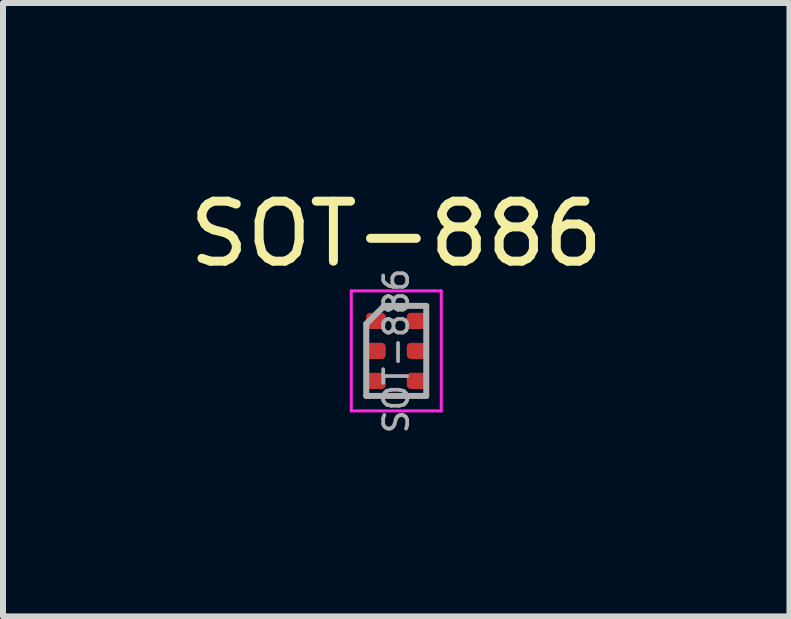
<source format=kicad_pcb>
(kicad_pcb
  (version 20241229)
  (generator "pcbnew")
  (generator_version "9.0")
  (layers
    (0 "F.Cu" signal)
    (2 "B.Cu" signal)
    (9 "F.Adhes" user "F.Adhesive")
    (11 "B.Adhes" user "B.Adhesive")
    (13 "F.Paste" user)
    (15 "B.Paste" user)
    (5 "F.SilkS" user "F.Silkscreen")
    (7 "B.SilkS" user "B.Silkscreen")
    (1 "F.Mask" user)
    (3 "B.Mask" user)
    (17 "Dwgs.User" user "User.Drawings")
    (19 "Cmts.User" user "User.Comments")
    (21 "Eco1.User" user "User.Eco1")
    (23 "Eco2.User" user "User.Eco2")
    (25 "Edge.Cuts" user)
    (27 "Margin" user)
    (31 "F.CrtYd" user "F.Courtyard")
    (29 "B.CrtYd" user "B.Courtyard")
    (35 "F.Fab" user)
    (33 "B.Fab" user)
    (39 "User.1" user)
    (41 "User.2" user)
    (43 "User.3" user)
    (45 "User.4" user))
  (footprint "SOT-886"
    (layer "F.Cu")
    (at 3.554 2.798)
    (property "Reference" "SOT-886" (at 0 -1.95 180) (layer "F.SilkS") (effects (font (size 1 1) (thickness 0.15))))
    (attr smd)
    (fp_line (start -0.75 -1) (end -0.75 1) (stroke (width 0.05) (type solid)) (layer "F.CrtYd"))
    (fp_line (start -0.75 -1) (end 0.75 -1) (stroke (width 0.05) (type solid)) (layer "F.CrtYd"))
    (fp_line (start 0.75 1) (end -0.75 1) (stroke (width 0.05) (type solid)) (layer "F.CrtYd"))
    (fp_line (start 0.75 1) (end 0.75 -1) (stroke (width 0.05) (type solid)) (layer "F.CrtYd"))
    (fp_line (start -0.5 -0.45) (end -0.5 0.75) (stroke (width 0.1) (type solid)) (layer "F.Fab"))
    (fp_line (start -0.5 0.75) (end 0.5 0.75) (stroke (width 0.1) (type solid)) (layer "F.Fab"))
    (fp_line (start -0.2 -0.75) (end -0.5 -0.45) (stroke (width 0.1) (type solid)) (layer "F.Fab"))
    (fp_line (start 0.5 -0.75) (end -0.2 -0.75) (stroke (width 0.1) (type solid)) (layer "F.Fab"))
    (fp_line (start 0.5 0.75) (end 0.5 -0.75) (stroke (width 0.1) (type solid)) (layer "F.Fab"))
    (fp_text user "${REFERENCE}" (at 0 0 90) (layer "F.Fab") (effects (font (size 0.4 0.4) (thickness 0.062))))
    (pad "1" smd roundrect (at -0.34 -0.5) (size 0.33 0.27) (layers "F.Cu" "F.Mask" "F.Paste") (roundrect_rratio 0.25))
    (pad "2" smd roundrect (at -0.34 0) (size 0.33 0.27) (layers "F.Cu" "F.Mask" "F.Paste") (roundrect_rratio 0.25))
    (pad "3" smd roundrect (at -0.34 0.5) (size 0.33 0.27) (layers "F.Cu" "F.Mask" "F.Paste") (roundrect_rratio 0.25))
    (pad "4" smd roundrect (at 0.34 0.5) (size 0.33 0.27) (layers "F.Cu" "F.Mask" "F.Paste") (roundrect_rratio 0.25))
    (pad "5" smd roundrect (at 0.34 0) (size 0.33 0.27) (layers "F.Cu" "F.Mask" "F.Paste") (roundrect_rratio 0.25))
    (pad "6" smd roundrect (at 0.34 -0.5) (size 0.33 0.27) (layers "F.Cu" "F.Mask" "F.Paste") (roundrect_rratio 0.25)))
  (gr_rect
    (start -3 -3)
    (end 10.107 7.223)
    (stroke (width 0.1) (type default))
    (fill no)
    (layer "Edge.Cuts")))
</source>
